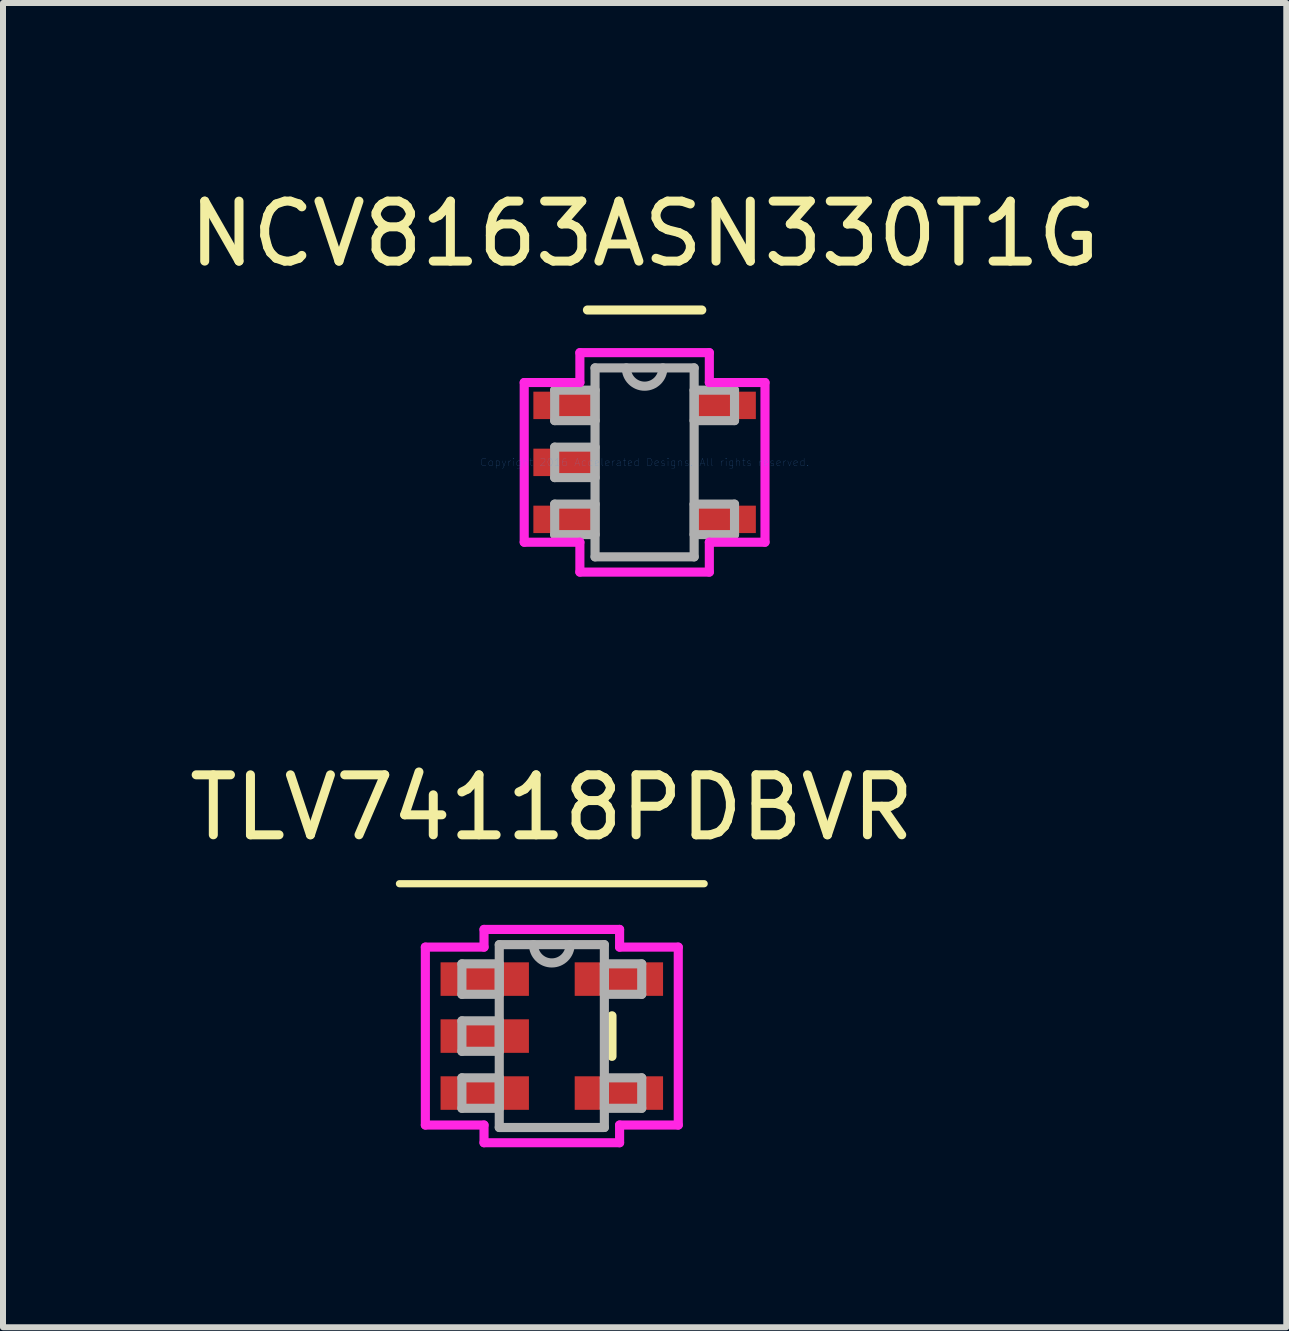
<source format=kicad_pcb>
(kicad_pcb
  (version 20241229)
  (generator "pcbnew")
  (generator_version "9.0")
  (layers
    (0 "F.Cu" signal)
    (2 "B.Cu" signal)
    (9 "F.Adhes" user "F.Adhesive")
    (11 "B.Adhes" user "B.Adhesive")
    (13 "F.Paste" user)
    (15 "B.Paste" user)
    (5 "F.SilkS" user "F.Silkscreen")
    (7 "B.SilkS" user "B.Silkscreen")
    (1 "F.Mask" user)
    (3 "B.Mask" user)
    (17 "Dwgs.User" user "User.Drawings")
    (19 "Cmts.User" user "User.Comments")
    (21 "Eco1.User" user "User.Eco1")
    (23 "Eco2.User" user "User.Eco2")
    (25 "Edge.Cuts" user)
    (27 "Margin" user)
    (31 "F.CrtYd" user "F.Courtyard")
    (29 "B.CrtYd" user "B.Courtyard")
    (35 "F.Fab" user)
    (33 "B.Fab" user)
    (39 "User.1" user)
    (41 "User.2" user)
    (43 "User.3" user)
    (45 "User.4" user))
  (footprint "TLV74118PDBVR"
    (layer "F.Cu")
    (at 6.149 14.222)
    (property "Reference" "TLV74118PDBVR" (at 0 -3.81 0) (layer "F.SilkS") (effects (font (size 1 1) (thickness 0.15))))
    (attr through_hole)
    (fp_line (start -2.54 -2.54) (end 2.54 -2.54) (stroke (width 0.12) (type solid)) (layer "F.SilkS"))
    (fp_line (start 1.003 0.338) (end 1.003 -0.338) (stroke (width 0.152) (type solid)) (layer "F.SilkS"))
    (fp_line (start -2.108 -1.483) (end -1.13 -1.483) (stroke (width 0.152) (type solid)) (layer "F.CrtYd"))
    (fp_line (start -2.108 1.483) (end -2.108 -1.483) (stroke (width 0.152) (type solid)) (layer "F.CrtYd"))
    (fp_line (start -1.13 -1.778) (end 1.13 -1.778) (stroke (width 0.152) (type solid)) (layer "F.CrtYd"))
    (fp_line (start -1.13 -1.483) (end -1.13 -1.778) (stroke (width 0.152) (type solid)) (layer "F.CrtYd"))
    (fp_line (start -1.13 1.483) (end -2.108 1.483) (stroke (width 0.152) (type solid)) (layer "F.CrtYd"))
    (fp_line (start -1.13 1.778) (end -1.13 1.483) (stroke (width 0.152) (type solid)) (layer "F.CrtYd"))
    (fp_line (start 1.13 -1.778) (end 1.13 -1.483) (stroke (width 0.152) (type solid)) (layer "F.CrtYd"))
    (fp_line (start 1.13 -1.483) (end 2.108 -1.483) (stroke (width 0.152) (type solid)) (layer "F.CrtYd"))
    (fp_line (start 1.13 1.483) (end 1.13 1.778) (stroke (width 0.152) (type solid)) (layer "F.CrtYd"))
    (fp_line (start 1.13 1.778) (end -1.13 1.778) (stroke (width 0.152) (type solid)) (layer "F.CrtYd"))
    (fp_line (start 2.108 -1.483) (end 2.108 1.483) (stroke (width 0.152) (type solid)) (layer "F.CrtYd"))
    (fp_line (start 2.108 1.483) (end 1.13 1.483) (stroke (width 0.152) (type solid)) (layer "F.CrtYd"))
    (fp_line (start -1.499 -1.204) (end -1.499 -0.696) (stroke (width 0.152) (type solid)) (layer "F.Fab"))
    (fp_line (start -1.499 -0.696) (end -0.876 -0.696) (stroke (width 0.152) (type solid)) (layer "F.Fab"))
    (fp_line (start -1.499 -0.254) (end -1.499 0.254) (stroke (width 0.152) (type solid)) (layer "F.Fab"))
    (fp_line (start -1.499 0.254) (end -0.876 0.254) (stroke (width 0.152) (type solid)) (layer "F.Fab"))
    (fp_line (start -1.499 0.696) (end -1.499 1.204) (stroke (width 0.152) (type solid)) (layer "F.Fab"))
    (fp_line (start -1.499 1.204) (end -0.876 1.204) (stroke (width 0.152) (type solid)) (layer "F.Fab"))
    (fp_line (start -0.876 -1.524) (end -0.876 1.524) (stroke (width 0.152) (type solid)) (layer "F.Fab"))
    (fp_line (start -0.876 -1.204) (end -1.499 -1.204) (stroke (width 0.152) (type solid)) (layer "F.Fab"))
    (fp_line (start -0.876 -0.696) (end -0.876 -1.204) (stroke (width 0.152) (type solid)) (layer "F.Fab"))
    (fp_line (start -0.876 -0.254) (end -1.499 -0.254) (stroke (width 0.152) (type solid)) (layer "F.Fab"))
    (fp_line (start -0.876 0.254) (end -0.876 -0.254) (stroke (width 0.152) (type solid)) (layer "F.Fab"))
    (fp_line (start -0.876 0.696) (end -1.499 0.696) (stroke (width 0.152) (type solid)) (layer "F.Fab"))
    (fp_line (start -0.876 1.204) (end -0.876 0.696) (stroke (width 0.152) (type solid)) (layer "F.Fab"))
    (fp_line (start -0.876 1.524) (end 0.876 1.524) (stroke (width 0.152) (type solid)) (layer "F.Fab"))
    (fp_line (start 0.876 -1.524) (end -0.876 -1.524) (stroke (width 0.152) (type solid)) (layer "F.Fab"))
    (fp_line (start 0.876 -1.204) (end 0.876 -0.696) (stroke (width 0.152) (type solid)) (layer "F.Fab"))
    (fp_line (start 0.876 -0.696) (end 1.499 -0.696) (stroke (width 0.152) (type solid)) (layer "F.Fab"))
    (fp_line (start 0.876 0.696) (end 0.876 1.204) (stroke (width 0.152) (type solid)) (layer "F.Fab"))
    (fp_line (start 0.876 1.204) (end 1.499 1.204) (stroke (width 0.152) (type solid)) (layer "F.Fab"))
    (fp_line (start 0.876 1.524) (end 0.876 -1.524) (stroke (width 0.152) (type solid)) (layer "F.Fab"))
    (fp_line (start 1.499 -1.204) (end 0.876 -1.204) (stroke (width 0.152) (type solid)) (layer "F.Fab"))
    (fp_line (start 1.499 -0.696) (end 1.499 -1.204) (stroke (width 0.152) (type solid)) (layer "F.Fab"))
    (fp_line (start 1.499 0.696) (end 0.876 0.696) (stroke (width 0.152) (type solid)) (layer "F.Fab"))
    (fp_line (start 1.499 1.204) (end 1.499 0.696) (stroke (width 0.152) (type solid)) (layer "F.Fab"))
    (fp_arc (start 0.3048 -1.524) (mid 0 -1.2192) (end -0.3048 -1.524) (stroke (width 0.1524) (type solid)) (layer "F.Fab"))
    (pad "1" smd rect (at -1.118 -0.95) (size 1.473 0.559) (layers "F.Cu" "F.Mask" "F.Paste"))
    (pad "2" smd rect (at -1.118 0) (size 1.473 0.559) (layers "F.Cu" "F.Mask" "F.Paste"))
    (pad "3" smd rect (at -1.118 0.95) (size 1.473 0.559) (layers "F.Cu" "F.Mask" "F.Paste"))
    (pad "4" smd rect (at 1.118 0.95) (size 1.473 0.559) (layers "F.Cu" "F.Mask" "F.Paste"))
    (pad "5" smd rect (at 1.118 -0.95) (size 1.473 0.559) (layers "F.Cu" "F.Mask" "F.Paste")))
  (footprint "NCV8163ASN330T1G"
    (layer "F.Cu")
    (at 7.696 4.658)
    (property "Reference" "NCV8163ASN330T1G" (at 0 -3.81 0) (layer "F.SilkS") (effects (font (size 1 1) (thickness 0.15))))
    (attr through_hole)
    (fp_line (start 0.953 -2.54) (end -0.953 -2.54) (stroke (width 0.152) (type solid)) (layer "F.SilkS"))
    (fp_line (start -2.007 -1.331) (end -1.079 -1.331) (stroke (width 0.152) (type solid)) (layer "F.CrtYd"))
    (fp_line (start -2.007 1.331) (end -2.007 -1.331) (stroke (width 0.152) (type solid)) (layer "F.CrtYd"))
    (fp_line (start -1.079 -1.829) (end 1.079 -1.829) (stroke (width 0.152) (type solid)) (layer "F.CrtYd"))
    (fp_line (start -1.079 -1.331) (end -1.079 -1.829) (stroke (width 0.152) (type solid)) (layer "F.CrtYd"))
    (fp_line (start -1.079 1.331) (end -2.007 1.331) (stroke (width 0.152) (type solid)) (layer "F.CrtYd"))
    (fp_line (start -1.079 1.829) (end -1.079 1.331) (stroke (width 0.152) (type solid)) (layer "F.CrtYd"))
    (fp_line (start 1.079 -1.829) (end 1.079 -1.331) (stroke (width 0.152) (type solid)) (layer "F.CrtYd"))
    (fp_line (start 1.079 -1.331) (end 2.007 -1.331) (stroke (width 0.152) (type solid)) (layer "F.CrtYd"))
    (fp_line (start 1.079 1.331) (end 1.079 1.829) (stroke (width 0.152) (type solid)) (layer "F.CrtYd"))
    (fp_line (start 1.079 1.829) (end -1.079 1.829) (stroke (width 0.152) (type solid)) (layer "F.CrtYd"))
    (fp_line (start 2.007 -1.331) (end 2.007 1.331) (stroke (width 0.152) (type solid)) (layer "F.CrtYd"))
    (fp_line (start 2.007 1.331) (end 1.079 1.331) (stroke (width 0.152) (type solid)) (layer "F.CrtYd"))
    (fp_line (start -1.499 -1.204) (end -1.499 -0.696) (stroke (width 0.152) (type solid)) (layer "F.Fab"))
    (fp_line (start -1.499 -0.696) (end -0.826 -0.696) (stroke (width 0.152) (type solid)) (layer "F.Fab"))
    (fp_line (start -1.499 -0.254) (end -1.499 0.254) (stroke (width 0.152) (type solid)) (layer "F.Fab"))
    (fp_line (start -1.499 0.254) (end -0.826 0.254) (stroke (width 0.152) (type solid)) (layer "F.Fab"))
    (fp_line (start -1.499 0.696) (end -1.499 1.204) (stroke (width 0.152) (type solid)) (layer "F.Fab"))
    (fp_line (start -1.499 1.204) (end -0.826 1.204) (stroke (width 0.152) (type solid)) (layer "F.Fab"))
    (fp_line (start -0.826 -1.575) (end -0.826 1.575) (stroke (width 0.152) (type solid)) (layer "F.Fab"))
    (fp_line (start -0.826 -1.204) (end -1.499 -1.204) (stroke (width 0.152) (type solid)) (layer "F.Fab"))
    (fp_line (start -0.826 -0.696) (end -0.826 -1.204) (stroke (width 0.152) (type solid)) (layer "F.Fab"))
    (fp_line (start -0.826 -0.254) (end -1.499 -0.254) (stroke (width 0.152) (type solid)) (layer "F.Fab"))
    (fp_line (start -0.826 0.254) (end -0.826 -0.254) (stroke (width 0.152) (type solid)) (layer "F.Fab"))
    (fp_line (start -0.826 0.696) (end -1.499 0.696) (stroke (width 0.152) (type solid)) (layer "F.Fab"))
    (fp_line (start -0.826 1.204) (end -0.826 0.696) (stroke (width 0.152) (type solid)) (layer "F.Fab"))
    (fp_line (start -0.826 1.575) (end 0.826 1.575) (stroke (width 0.152) (type solid)) (layer "F.Fab"))
    (fp_line (start 0.826 -1.575) (end -0.826 -1.575) (stroke (width 0.152) (type solid)) (layer "F.Fab"))
    (fp_line (start 0.826 -1.204) (end 0.826 -0.696) (stroke (width 0.152) (type solid)) (layer "F.Fab"))
    (fp_line (start 0.826 -0.696) (end 1.499 -0.696) (stroke (width 0.152) (type solid)) (layer "F.Fab"))
    (fp_line (start 0.826 0.696) (end 0.826 1.204) (stroke (width 0.152) (type solid)) (layer "F.Fab"))
    (fp_line (start 0.826 1.204) (end 1.499 1.204) (stroke (width 0.152) (type solid)) (layer "F.Fab"))
    (fp_line (start 0.826 1.575) (end 0.826 -1.575) (stroke (width 0.152) (type solid)) (layer "F.Fab"))
    (fp_line (start 1.499 -1.204) (end 0.826 -1.204) (stroke (width 0.152) (type solid)) (layer "F.Fab"))
    (fp_line (start 1.499 -0.696) (end 1.499 -1.204) (stroke (width 0.152) (type solid)) (layer "F.Fab"))
    (fp_line (start 1.499 0.696) (end 0.826 0.696) (stroke (width 0.152) (type solid)) (layer "F.Fab"))
    (fp_line (start 1.499 1.204) (end 1.499 0.696) (stroke (width 0.152) (type solid)) (layer "F.Fab"))
    (fp_arc (start 0.3048 -1.5748) (mid 0 -1.27) (end -0.3048 -1.5748) (stroke (width 0.1524) (type solid)) (layer "F.Fab"))
    (fp_text user "Copyright 2016 Accelerated Designs. All rights reserved." (at 0 0 0) (layer "Cmts.User") (effects (font (size 0.127 0.127) (thickness 0.002))))
    (pad "1" smd rect (at -1.34 -0.95) (size 1.029 0.457) (layers "F.Cu" "F.Mask" "F.Paste"))
    (pad "2" smd rect (at -1.34 0) (size 1.029 0.457) (layers "F.Cu" "F.Mask" "F.Paste"))
    (pad "3" smd rect (at -1.34 0.95) (size 1.029 0.457) (layers "F.Cu" "F.Mask" "F.Paste"))
    (pad "4" smd rect (at 1.34 0.95) (size 1.029 0.457) (layers "F.Cu" "F.Mask" "F.Paste"))
    (pad "5" smd rect (at 1.34 -0.95) (size 1.029 0.457) (layers "F.Cu" "F.Mask" "F.Paste")))
  (gr_rect
    (start -3 -3)
    (end 18.393 19.076)
    (stroke (width 0.1) (type default))
    (fill no)
    (layer "Edge.Cuts")))
</source>
